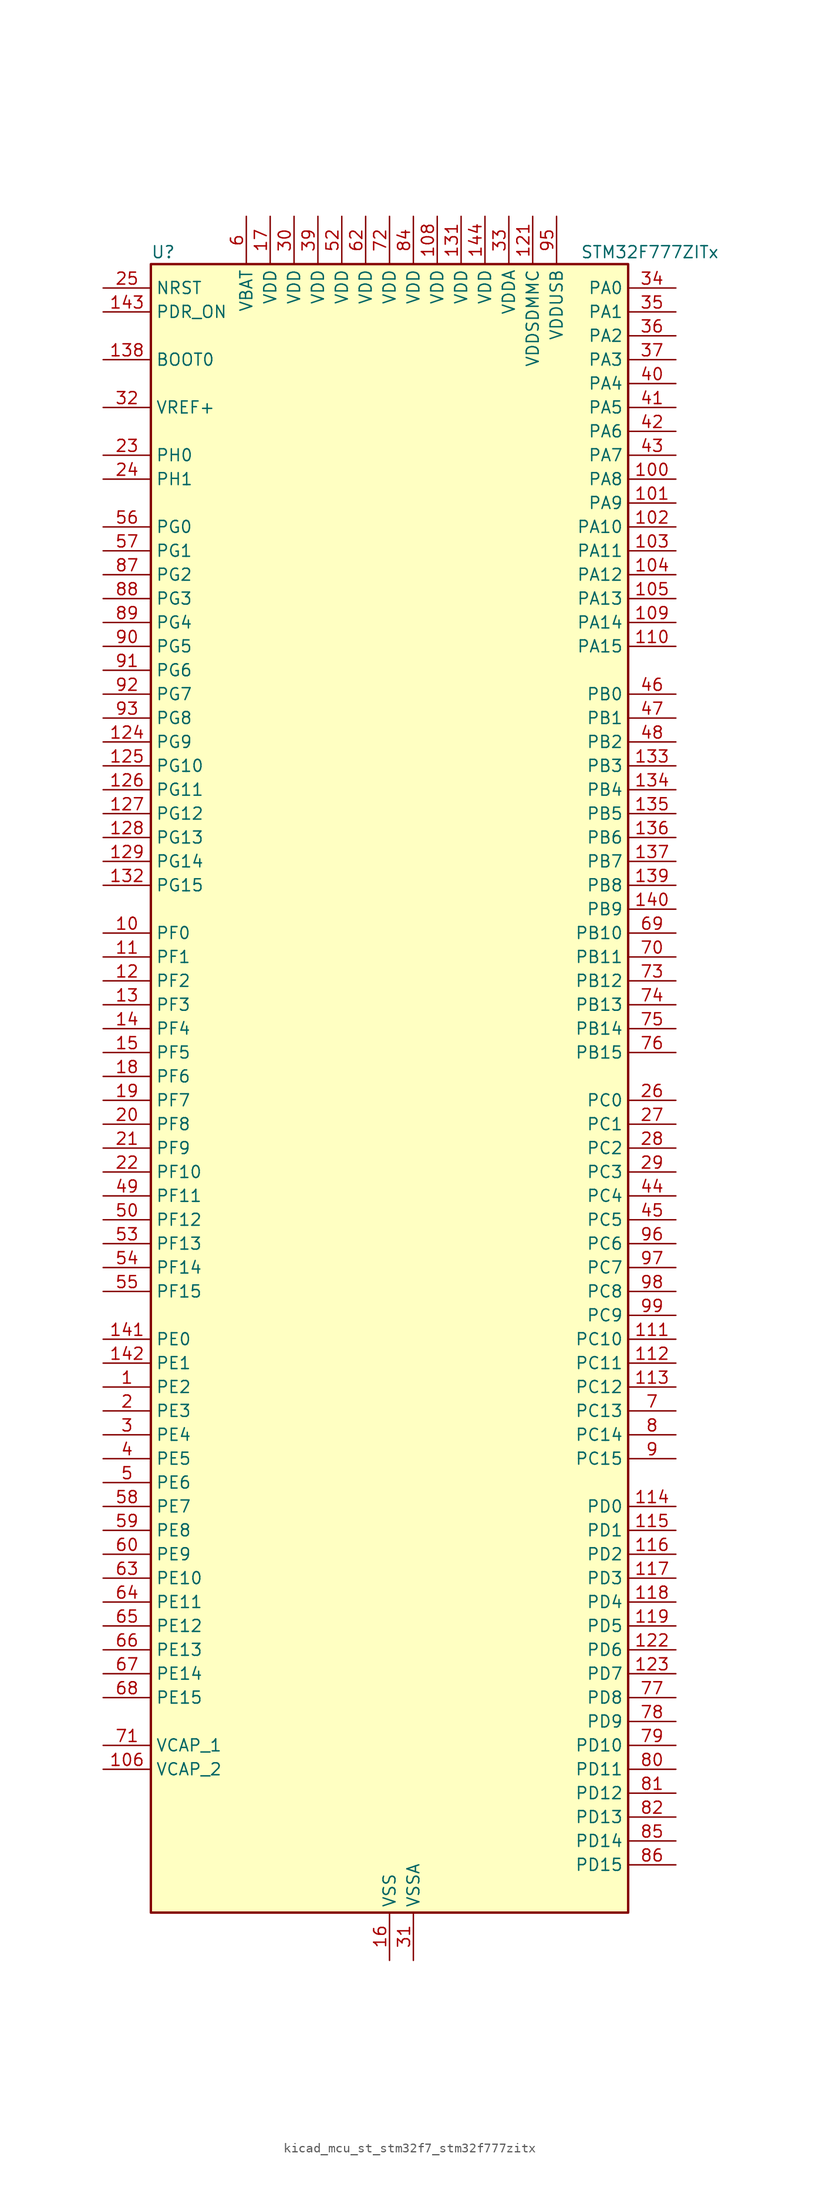
<source format=kicad_sym>
(kicad_symbol_lib
  (version 20220914)
  (generator kicad_symbol_editor)
  (symbol "kicad_mcu_st_stm32f7_stm32f777zitx"
    (property "Reference" "U"
      (at -25.4 90.17 0)
      (effects (font (size 1.27 1.27)) (justify left)))
    (property "Value" "STM32F777ZITx"
      (at 20.32 90.17 0)
      (effects (font (size 1.27 1.27)) (justify left)))
    (property "ki_locked" ""
      (at 0 0 0)
      (effects (font (size 1.27 1.27))))
    (symbol "kicad_mcu_st_stm32f7_stm32f777zitx_0_1"
      (rectangle (start -25.4 -86.36) (end 25.4 88.9) (stroke (width 0.254) (type default)) (fill (type background))))
    (symbol "kicad_mcu_st_stm32f7_stm32f777zitx_1_1"
      (pin bidirectional line (at -30.48 -30.48 0) (length 5.08) (name "PE2" (effects (font (size 1.27 1.27)))) (number "1" (effects (font (size 1.27 1.27)))) (alternate "ETH_TXD3" bidirectional line) (alternate "FMC_A23" bidirectional line) (alternate "QUADSPI_BK1_IO2" bidirectional line) (alternate "SAI1_MCLK_A" bidirectional line) (alternate "SPI4_SCK" bidirectional line) (alternate "SYS_TRACECLK" bidirectional line))
      (pin bidirectional line (at -30.48 17.78 0) (length 5.08) (name "PF0" (effects (font (size 1.27 1.27)))) (number "10" (effects (font (size 1.27 1.27)))) (alternate "FMC_A0" bidirectional line) (alternate "I2C2_SDA" bidirectional line))
      (pin bidirectional line (at 30.48 66.04 180) (length 5.08) (name "PA8" (effects (font (size 1.27 1.27)))) (number "100" (effects (font (size 1.27 1.27)))) (alternate "CAN3_RX" bidirectional line) (alternate "I2C3_SCL" bidirectional line) (alternate "LTDC_B3" bidirectional line) (alternate "LTDC_R6" bidirectional line) (alternate "RCC_MCO_1" bidirectional line) (alternate "TIM1_CH1" bidirectional line) (alternate "TIM8_BKIN2" bidirectional line) (alternate "UART7_RX" bidirectional line) (alternate "USART1_CK" bidirectional line) (alternate "USB_OTG_FS_SOF" bidirectional line))
      (pin bidirectional line (at 30.48 63.5 180) (length 5.08) (name "PA9" (effects (font (size 1.27 1.27)))) (number "101" (effects (font (size 1.27 1.27)))) (alternate "DAC_EXTI9" bidirectional line) (alternate "DCMI_D0" bidirectional line) (alternate "I2C3_SMBA" bidirectional line) (alternate "I2S2_CK" bidirectional line) (alternate "LTDC_R5" bidirectional line) (alternate "SPI2_SCK" bidirectional line) (alternate "TIM1_CH2" bidirectional line) (alternate "USART1_TX" bidirectional line) (alternate "USB_OTG_FS_VBUS" bidirectional line))
      (pin bidirectional line (at 30.48 60.96 180) (length 5.08) (name "PA10" (effects (font (size 1.27 1.27)))) (number "102" (effects (font (size 1.27 1.27)))) (alternate "DCMI_D1" bidirectional line) (alternate "LTDC_B1" bidirectional line) (alternate "LTDC_B4" bidirectional line) (alternate "MDIOS_MDIO" bidirectional line) (alternate "TIM1_CH3" bidirectional line) (alternate "USART1_RX" bidirectional line) (alternate "USB_OTG_FS_ID" bidirectional line))
      (pin bidirectional line (at 30.48 58.42 180) (length 5.08) (name "PA11" (effects (font (size 1.27 1.27)))) (number "103" (effects (font (size 1.27 1.27)))) (alternate "ADC1_EXTI11" bidirectional line) (alternate "ADC2_EXTI11" bidirectional line) (alternate "ADC3_EXTI11" bidirectional line) (alternate "CAN1_RX" bidirectional line) (alternate "I2S2_WS" bidirectional line) (alternate "LTDC_R4" bidirectional line) (alternate "SPI2_NSS" bidirectional line) (alternate "TIM1_CH4" bidirectional line) (alternate "UART4_RX" bidirectional line) (alternate "USART1_CTS" bidirectional line) (alternate "USB_OTG_FS_DM" bidirectional line))
      (pin bidirectional line (at 30.48 55.88 180) (length 5.08) (name "PA12" (effects (font (size 1.27 1.27)))) (number "104" (effects (font (size 1.27 1.27)))) (alternate "CAN1_TX" bidirectional line) (alternate "I2S2_CK" bidirectional line) (alternate "LTDC_R5" bidirectional line) (alternate "SAI2_FS_B" bidirectional line) (alternate "SPI2_SCK" bidirectional line) (alternate "TIM1_ETR" bidirectional line) (alternate "UART4_TX" bidirectional line) (alternate "USART1_DE" bidirectional line) (alternate "USART1_RTS" bidirectional line) (alternate "USB_OTG_FS_DP" bidirectional line))
      (pin bidirectional line (at 30.48 53.34 180) (length 5.08) (name "PA13" (effects (font (size 1.27 1.27)))) (number "105" (effects (font (size 1.27 1.27)))) (alternate "SYS_JTMS-SWDIO" bidirectional line))
      (pin power_out line (at -30.48 -71.12 0) (length 5.08) (name "VCAP_2" (effects (font (size 1.27 1.27)))) (number "106" (effects (font (size 1.27 1.27)))))
      (pin passive line (at 0 -91.44 90) (length 5.08) hide (name "VSS" (effects (font (size 1.27 1.27)))) (number "107" (effects (font (size 1.27 1.27)))))
      (pin power_in line (at 5.08 93.98 270) (length 5.08) (name "VDD" (effects (font (size 1.27 1.27)))) (number "108" (effects (font (size 1.27 1.27)))))
      (pin bidirectional line (at 30.48 50.8 180) (length 5.08) (name "PA14" (effects (font (size 1.27 1.27)))) (number "109" (effects (font (size 1.27 1.27)))) (alternate "SYS_JTCK-SWCLK" bidirectional line))
      (pin bidirectional line (at -30.48 15.24 0) (length 5.08) (name "PF1" (effects (font (size 1.27 1.27)))) (number "11" (effects (font (size 1.27 1.27)))) (alternate "FMC_A1" bidirectional line) (alternate "I2C2_SCL" bidirectional line))
      (pin bidirectional line (at 30.48 48.26 180) (length 5.08) (name "PA15" (effects (font (size 1.27 1.27)))) (number "110" (effects (font (size 1.27 1.27)))) (alternate "CAN3_TX" bidirectional line) (alternate "CEC" bidirectional line) (alternate "I2S1_WS" bidirectional line) (alternate "I2S3_WS" bidirectional line) (alternate "SPI1_NSS" bidirectional line) (alternate "SPI3_NSS" bidirectional line) (alternate "SPI6_NSS" bidirectional line) (alternate "SYS_JTDI" bidirectional line) (alternate "TIM2_CH1" bidirectional line) (alternate "TIM2_ETR" bidirectional line) (alternate "UART4_DE" bidirectional line) (alternate "UART4_RTS" bidirectional line) (alternate "UART7_TX" bidirectional line))
      (pin bidirectional line (at 30.48 -25.4 180) (length 5.08) (name "PC10" (effects (font (size 1.27 1.27)))) (number "111" (effects (font (size 1.27 1.27)))) (alternate "DCMI_D8" bidirectional line) (alternate "DFSDM1_CKIN5" bidirectional line) (alternate "I2S3_CK" bidirectional line) (alternate "LTDC_R2" bidirectional line) (alternate "QUADSPI_BK1_IO1" bidirectional line) (alternate "SDMMC1_D2" bidirectional line) (alternate "SPI3_SCK" bidirectional line) (alternate "UART4_TX" bidirectional line) (alternate "USART3_TX" bidirectional line))
      (pin bidirectional line (at 30.48 -27.94 180) (length 5.08) (name "PC11" (effects (font (size 1.27 1.27)))) (number "112" (effects (font (size 1.27 1.27)))) (alternate "ADC1_EXTI11" bidirectional line) (alternate "ADC2_EXTI11" bidirectional line) (alternate "ADC3_EXTI11" bidirectional line) (alternate "DCMI_D4" bidirectional line) (alternate "DFSDM1_DATIN5" bidirectional line) (alternate "QUADSPI_BK2_NCS" bidirectional line) (alternate "SDMMC1_D3" bidirectional line) (alternate "SPI3_MISO" bidirectional line) (alternate "UART4_RX" bidirectional line) (alternate "USART3_RX" bidirectional line))
      (pin bidirectional line (at 30.48 -30.48 180) (length 5.08) (name "PC12" (effects (font (size 1.27 1.27)))) (number "113" (effects (font (size 1.27 1.27)))) (alternate "DCMI_D9" bidirectional line) (alternate "I2S3_SD" bidirectional line) (alternate "SDMMC1_CK" bidirectional line) (alternate "SPI3_MOSI" bidirectional line) (alternate "SYS_TRACED3" bidirectional line) (alternate "UART5_TX" bidirectional line) (alternate "USART3_CK" bidirectional line))
      (pin bidirectional line (at 30.48 -43.18 180) (length 5.08) (name "PD0" (effects (font (size 1.27 1.27)))) (number "114" (effects (font (size 1.27 1.27)))) (alternate "CAN1_RX" bidirectional line) (alternate "DFSDM1_CKIN6" bidirectional line) (alternate "DFSDM1_DATIN7" bidirectional line) (alternate "FMC_D2" bidirectional line) (alternate "FMC_DA2" bidirectional line) (alternate "UART4_RX" bidirectional line))
      (pin bidirectional line (at 30.48 -45.72 180) (length 5.08) (name "PD1" (effects (font (size 1.27 1.27)))) (number "115" (effects (font (size 1.27 1.27)))) (alternate "CAN1_TX" bidirectional line) (alternate "DFSDM1_CKIN7" bidirectional line) (alternate "DFSDM1_DATIN6" bidirectional line) (alternate "FMC_D3" bidirectional line) (alternate "FMC_DA3" bidirectional line) (alternate "UART4_TX" bidirectional line))
      (pin bidirectional line (at 30.48 -48.26 180) (length 5.08) (name "PD2" (effects (font (size 1.27 1.27)))) (number "116" (effects (font (size 1.27 1.27)))) (alternate "DCMI_D11" bidirectional line) (alternate "SDMMC1_CMD" bidirectional line) (alternate "SYS_TRACED2" bidirectional line) (alternate "TIM3_ETR" bidirectional line) (alternate "UART5_RX" bidirectional line))
      (pin bidirectional line (at 30.48 -50.8 180) (length 5.08) (name "PD3" (effects (font (size 1.27 1.27)))) (number "117" (effects (font (size 1.27 1.27)))) (alternate "DCMI_D5" bidirectional line) (alternate "DFSDM1_CKOUT" bidirectional line) (alternate "DFSDM1_DATIN0" bidirectional line) (alternate "FMC_CLK" bidirectional line) (alternate "I2S2_CK" bidirectional line) (alternate "LTDC_G7" bidirectional line) (alternate "SPI2_SCK" bidirectional line) (alternate "USART2_CTS" bidirectional line))
      (pin bidirectional line (at 30.48 -53.34 180) (length 5.08) (name "PD4" (effects (font (size 1.27 1.27)))) (number "118" (effects (font (size 1.27 1.27)))) (alternate "DFSDM1_CKIN0" bidirectional line) (alternate "FMC_NOE" bidirectional line) (alternate "USART2_DE" bidirectional line) (alternate "USART2_RTS" bidirectional line))
      (pin bidirectional line (at 30.48 -55.88 180) (length 5.08) (name "PD5" (effects (font (size 1.27 1.27)))) (number "119" (effects (font (size 1.27 1.27)))) (alternate "FMC_NWE" bidirectional line) (alternate "USART2_TX" bidirectional line))
      (pin bidirectional line (at -30.48 12.7 0) (length 5.08) (name "PF2" (effects (font (size 1.27 1.27)))) (number "12" (effects (font (size 1.27 1.27)))) (alternate "FMC_A2" bidirectional line) (alternate "I2C2_SMBA" bidirectional line))
      (pin passive line (at 0 -91.44 90) (length 5.08) hide (name "VSS" (effects (font (size 1.27 1.27)))) (number "120" (effects (font (size 1.27 1.27)))))
      (pin power_in line (at 15.24 93.98 270) (length 5.08) (name "VDDSDMMC" (effects (font (size 1.27 1.27)))) (number "121" (effects (font (size 1.27 1.27)))))
      (pin bidirectional line (at 30.48 -58.42 180) (length 5.08) (name "PD6" (effects (font (size 1.27 1.27)))) (number "122" (effects (font (size 1.27 1.27)))) (alternate "DCMI_D10" bidirectional line) (alternate "DFSDM1_CKIN4" bidirectional line) (alternate "DFSDM1_DATIN1" bidirectional line) (alternate "FMC_NWAIT" bidirectional line) (alternate "I2S3_SD" bidirectional line) (alternate "LTDC_B2" bidirectional line) (alternate "SAI1_SD_A" bidirectional line) (alternate "SDMMC2_CK" bidirectional line) (alternate "SPI3_MOSI" bidirectional line) (alternate "USART2_RX" bidirectional line))
      (pin bidirectional line (at 30.48 -60.96 180) (length 5.08) (name "PD7" (effects (font (size 1.27 1.27)))) (number "123" (effects (font (size 1.27 1.27)))) (alternate "DFSDM1_CKIN1" bidirectional line) (alternate "DFSDM1_DATIN4" bidirectional line) (alternate "FMC_NE1" bidirectional line) (alternate "I2S1_SD" bidirectional line) (alternate "SDMMC2_CMD" bidirectional line) (alternate "SPDIFRX_IN0" bidirectional line) (alternate "SPI1_MOSI" bidirectional line) (alternate "USART2_CK" bidirectional line))
      (pin bidirectional line (at -30.48 38.1 0) (length 5.08) (name "PG9" (effects (font (size 1.27 1.27)))) (number "124" (effects (font (size 1.27 1.27)))) (alternate "DAC_EXTI9" bidirectional line) (alternate "DCMI_VSYNC" bidirectional line) (alternate "FMC_NCE" bidirectional line) (alternate "FMC_NE2" bidirectional line) (alternate "QUADSPI_BK2_IO2" bidirectional line) (alternate "SAI2_FS_B" bidirectional line) (alternate "SDMMC2_D0" bidirectional line) (alternate "SPDIFRX_IN3" bidirectional line) (alternate "SPI1_MISO" bidirectional line) (alternate "USART6_RX" bidirectional line))
      (pin bidirectional line (at -30.48 35.56 0) (length 5.08) (name "PG10" (effects (font (size 1.27 1.27)))) (number "125" (effects (font (size 1.27 1.27)))) (alternate "DCMI_D2" bidirectional line) (alternate "FMC_NE3" bidirectional line) (alternate "I2S1_WS" bidirectional line) (alternate "LTDC_B2" bidirectional line) (alternate "LTDC_G3" bidirectional line) (alternate "SAI2_SD_B" bidirectional line) (alternate "SDMMC2_D1" bidirectional line) (alternate "SPI1_NSS" bidirectional line))
      (pin bidirectional line (at -30.48 33.02 0) (length 5.08) (name "PG11" (effects (font (size 1.27 1.27)))) (number "126" (effects (font (size 1.27 1.27)))) (alternate "ADC1_EXTI11" bidirectional line) (alternate "ADC2_EXTI11" bidirectional line) (alternate "ADC3_EXTI11" bidirectional line) (alternate "DCMI_D3" bidirectional line) (alternate "ETH_TX_EN" bidirectional line) (alternate "I2S1_CK" bidirectional line) (alternate "LTDC_B3" bidirectional line) (alternate "SDMMC2_D2" bidirectional line) (alternate "SPDIFRX_IN0" bidirectional line) (alternate "SPI1_SCK" bidirectional line))
      (pin bidirectional line (at -30.48 30.48 0) (length 5.08) (name "PG12" (effects (font (size 1.27 1.27)))) (number "127" (effects (font (size 1.27 1.27)))) (alternate "FMC_NE4" bidirectional line) (alternate "LPTIM1_IN1" bidirectional line) (alternate "LTDC_B1" bidirectional line) (alternate "LTDC_B4" bidirectional line) (alternate "SDMMC2_D3" bidirectional line) (alternate "SPDIFRX_IN1" bidirectional line) (alternate "SPI6_MISO" bidirectional line) (alternate "USART6_DE" bidirectional line) (alternate "USART6_RTS" bidirectional line))
      (pin bidirectional line (at -30.48 27.94 0) (length 5.08) (name "PG13" (effects (font (size 1.27 1.27)))) (number "128" (effects (font (size 1.27 1.27)))) (alternate "ETH_TXD0" bidirectional line) (alternate "FMC_A24" bidirectional line) (alternate "LPTIM1_OUT" bidirectional line) (alternate "LTDC_R0" bidirectional line) (alternate "SPI6_SCK" bidirectional line) (alternate "SYS_TRACED0" bidirectional line) (alternate "USART6_CTS" bidirectional line))
      (pin bidirectional line (at -30.48 25.4 0) (length 5.08) (name "PG14" (effects (font (size 1.27 1.27)))) (number "129" (effects (font (size 1.27 1.27)))) (alternate "ETH_TXD1" bidirectional line) (alternate "FMC_A25" bidirectional line) (alternate "LPTIM1_ETR" bidirectional line) (alternate "LTDC_B0" bidirectional line) (alternate "QUADSPI_BK2_IO3" bidirectional line) (alternate "SPI6_MOSI" bidirectional line) (alternate "SYS_TRACED1" bidirectional line) (alternate "USART6_TX" bidirectional line))
      (pin bidirectional line (at -30.48 10.16 0) (length 5.08) (name "PF3" (effects (font (size 1.27 1.27)))) (number "13" (effects (font (size 1.27 1.27)))) (alternate "ADC3_IN9" bidirectional line) (alternate "FMC_A3" bidirectional line))
      (pin passive line (at 0 -91.44 90) (length 5.08) hide (name "VSS" (effects (font (size 1.27 1.27)))) (number "130" (effects (font (size 1.27 1.27)))))
      (pin power_in line (at 7.62 93.98 270) (length 5.08) (name "VDD" (effects (font (size 1.27 1.27)))) (number "131" (effects (font (size 1.27 1.27)))))
      (pin bidirectional line (at -30.48 22.86 0) (length 5.08) (name "PG15" (effects (font (size 1.27 1.27)))) (number "132" (effects (font (size 1.27 1.27)))) (alternate "DCMI_D13" bidirectional line) (alternate "FMC_SDNCAS" bidirectional line) (alternate "USART6_CTS" bidirectional line))
      (pin bidirectional line (at 30.48 35.56 180) (length 5.08) (name "PB3" (effects (font (size 1.27 1.27)))) (number "133" (effects (font (size 1.27 1.27)))) (alternate "CAN3_RX" bidirectional line) (alternate "I2S1_CK" bidirectional line) (alternate "I2S3_CK" bidirectional line) (alternate "SDMMC2_D2" bidirectional line) (alternate "SPI1_SCK" bidirectional line) (alternate "SPI3_SCK" bidirectional line) (alternate "SPI6_SCK" bidirectional line) (alternate "SYS_JTDO-SWO" bidirectional line) (alternate "TIM2_CH2" bidirectional line) (alternate "UART7_RX" bidirectional line))
      (pin bidirectional line (at 30.48 33.02 180) (length 5.08) (name "PB4" (effects (font (size 1.27 1.27)))) (number "134" (effects (font (size 1.27 1.27)))) (alternate "CAN3_TX" bidirectional line) (alternate "I2S2_WS" bidirectional line) (alternate "SDMMC2_D3" bidirectional line) (alternate "SPI1_MISO" bidirectional line) (alternate "SPI2_NSS" bidirectional line) (alternate "SPI3_MISO" bidirectional line) (alternate "SPI6_MISO" bidirectional line) (alternate "SYS_JTRST" bidirectional line) (alternate "TIM3_CH1" bidirectional line) (alternate "UART7_TX" bidirectional line))
      (pin bidirectional line (at 30.48 30.48 180) (length 5.08) (name "PB5" (effects (font (size 1.27 1.27)))) (number "135" (effects (font (size 1.27 1.27)))) (alternate "CAN2_RX" bidirectional line) (alternate "DCMI_D10" bidirectional line) (alternate "ETH_PPS_OUT" bidirectional line) (alternate "FMC_SDCKE1" bidirectional line) (alternate "I2C1_SMBA" bidirectional line) (alternate "I2S1_SD" bidirectional line) (alternate "I2S3_SD" bidirectional line) (alternate "LTDC_G7" bidirectional line) (alternate "SPI1_MOSI" bidirectional line) (alternate "SPI3_MOSI" bidirectional line) (alternate "SPI6_MOSI" bidirectional line) (alternate "TIM3_CH2" bidirectional line) (alternate "UART5_RX" bidirectional line) (alternate "USB_OTG_HS_ULPI_D7" bidirectional line))
      (pin bidirectional line (at 30.48 27.94 180) (length 5.08) (name "PB6" (effects (font (size 1.27 1.27)))) (number "136" (effects (font (size 1.27 1.27)))) (alternate "CAN2_TX" bidirectional line) (alternate "CEC" bidirectional line) (alternate "DCMI_D5" bidirectional line) (alternate "DFSDM1_DATIN5" bidirectional line) (alternate "FMC_SDNE1" bidirectional line) (alternate "I2C1_SCL" bidirectional line) (alternate "I2C4_SCL" bidirectional line) (alternate "QUADSPI_BK1_NCS" bidirectional line) (alternate "TIM4_CH1" bidirectional line) (alternate "UART5_TX" bidirectional line) (alternate "USART1_TX" bidirectional line))
      (pin bidirectional line (at 30.48 25.4 180) (length 5.08) (name "PB7" (effects (font (size 1.27 1.27)))) (number "137" (effects (font (size 1.27 1.27)))) (alternate "DCMI_VSYNC" bidirectional line) (alternate "DFSDM1_CKIN5" bidirectional line) (alternate "FMC_NL" bidirectional line) (alternate "I2C1_SDA" bidirectional line) (alternate "I2C4_SDA" bidirectional line) (alternate "TIM4_CH2" bidirectional line) (alternate "USART1_RX" bidirectional line))
      (pin input line (at -30.48 78.74 0) (length 5.08) (name "BOOT0" (effects (font (size 1.27 1.27)))) (number "138" (effects (font (size 1.27 1.27)))))
      (pin bidirectional line (at 30.48 22.86 180) (length 5.08) (name "PB8" (effects (font (size 1.27 1.27)))) (number "139" (effects (font (size 1.27 1.27)))) (alternate "CAN1_RX" bidirectional line) (alternate "DCMI_D6" bidirectional line) (alternate "DFSDM1_CKIN7" bidirectional line) (alternate "ETH_TXD3" bidirectional line) (alternate "I2C1_SCL" bidirectional line) (alternate "I2C4_SCL" bidirectional line) (alternate "LTDC_B6" bidirectional line) (alternate "SDMMC1_D4" bidirectional line) (alternate "SDMMC2_D4" bidirectional line) (alternate "TIM10_CH1" bidirectional line) (alternate "TIM4_CH3" bidirectional line) (alternate "UART5_RX" bidirectional line))
      (pin bidirectional line (at -30.48 7.62 0) (length 5.08) (name "PF4" (effects (font (size 1.27 1.27)))) (number "14" (effects (font (size 1.27 1.27)))) (alternate "ADC3_IN14" bidirectional line) (alternate "FMC_A4" bidirectional line))
      (pin bidirectional line (at 30.48 20.32 180) (length 5.08) (name "PB9" (effects (font (size 1.27 1.27)))) (number "140" (effects (font (size 1.27 1.27)))) (alternate "CAN1_TX" bidirectional line) (alternate "DAC_EXTI9" bidirectional line) (alternate "DCMI_D7" bidirectional line) (alternate "DFSDM1_DATIN7" bidirectional line) (alternate "I2C1_SDA" bidirectional line) (alternate "I2C4_SDA" bidirectional line) (alternate "I2C4_SMBA" bidirectional line) (alternate "I2S2_WS" bidirectional line) (alternate "LTDC_B7" bidirectional line) (alternate "SDMMC1_D5" bidirectional line) (alternate "SDMMC2_D5" bidirectional line) (alternate "SPI2_NSS" bidirectional line) (alternate "TIM11_CH1" bidirectional line) (alternate "TIM4_CH4" bidirectional line) (alternate "UART5_TX" bidirectional line))
      (pin bidirectional line (at -30.48 -25.4 0) (length 5.08) (name "PE0" (effects (font (size 1.27 1.27)))) (number "141" (effects (font (size 1.27 1.27)))) (alternate "DCMI_D2" bidirectional line) (alternate "FMC_NBL0" bidirectional line) (alternate "LPTIM1_ETR" bidirectional line) (alternate "SAI2_MCLK_A" bidirectional line) (alternate "TIM4_ETR" bidirectional line) (alternate "UART8_RX" bidirectional line))
      (pin bidirectional line (at -30.48 -27.94 0) (length 5.08) (name "PE1" (effects (font (size 1.27 1.27)))) (number "142" (effects (font (size 1.27 1.27)))) (alternate "DCMI_D3" bidirectional line) (alternate "FMC_NBL1" bidirectional line) (alternate "LPTIM1_IN2" bidirectional line) (alternate "UART8_TX" bidirectional line))
      (pin input line (at -30.48 83.82 0) (length 5.08) (name "PDR_ON" (effects (font (size 1.27 1.27)))) (number "143" (effects (font (size 1.27 1.27)))))
      (pin power_in line (at 10.16 93.98 270) (length 5.08) (name "VDD" (effects (font (size 1.27 1.27)))) (number "144" (effects (font (size 1.27 1.27)))))
      (pin bidirectional line (at -30.48 5.08 0) (length 5.08) (name "PF5" (effects (font (size 1.27 1.27)))) (number "15" (effects (font (size 1.27 1.27)))) (alternate "ADC3_IN15" bidirectional line) (alternate "FMC_A5" bidirectional line))
      (pin power_in line (at 0 -91.44 90) (length 5.08) (name "VSS" (effects (font (size 1.27 1.27)))) (number "16" (effects (font (size 1.27 1.27)))))
      (pin power_in line (at -12.7 93.98 270) (length 5.08) (name "VDD" (effects (font (size 1.27 1.27)))) (number "17" (effects (font (size 1.27 1.27)))))
      (pin bidirectional line (at -30.48 2.54 0) (length 5.08) (name "PF6" (effects (font (size 1.27 1.27)))) (number "18" (effects (font (size 1.27 1.27)))) (alternate "ADC3_IN4" bidirectional line) (alternate "QUADSPI_BK1_IO3" bidirectional line) (alternate "SAI1_SD_B" bidirectional line) (alternate "SPI5_NSS" bidirectional line) (alternate "TIM10_CH1" bidirectional line) (alternate "UART7_RX" bidirectional line))
      (pin bidirectional line (at -30.48 0 0) (length 5.08) (name "PF7" (effects (font (size 1.27 1.27)))) (number "19" (effects (font (size 1.27 1.27)))) (alternate "ADC3_IN5" bidirectional line) (alternate "QUADSPI_BK1_IO2" bidirectional line) (alternate "SAI1_MCLK_B" bidirectional line) (alternate "SPI5_SCK" bidirectional line) (alternate "TIM11_CH1" bidirectional line) (alternate "UART7_TX" bidirectional line))
      (pin bidirectional line (at -30.48 -33.02 0) (length 5.08) (name "PE3" (effects (font (size 1.27 1.27)))) (number "2" (effects (font (size 1.27 1.27)))) (alternate "FMC_A19" bidirectional line) (alternate "SAI1_SD_B" bidirectional line) (alternate "SYS_TRACED0" bidirectional line))
      (pin bidirectional line (at -30.48 -2.54 0) (length 5.08) (name "PF8" (effects (font (size 1.27 1.27)))) (number "20" (effects (font (size 1.27 1.27)))) (alternate "ADC3_IN6" bidirectional line) (alternate "QUADSPI_BK1_IO0" bidirectional line) (alternate "SAI1_SCK_B" bidirectional line) (alternate "SPI5_MISO" bidirectional line) (alternate "TIM13_CH1" bidirectional line) (alternate "UART7_DE" bidirectional line) (alternate "UART7_RTS" bidirectional line))
      (pin bidirectional line (at -30.48 -5.08 0) (length 5.08) (name "PF9" (effects (font (size 1.27 1.27)))) (number "21" (effects (font (size 1.27 1.27)))) (alternate "ADC3_IN7" bidirectional line) (alternate "DAC_EXTI9" bidirectional line) (alternate "QUADSPI_BK1_IO1" bidirectional line) (alternate "SAI1_FS_B" bidirectional line) (alternate "SPI5_MOSI" bidirectional line) (alternate "TIM14_CH1" bidirectional line) (alternate "UART7_CTS" bidirectional line))
      (pin bidirectional line (at -30.48 -7.62 0) (length 5.08) (name "PF10" (effects (font (size 1.27 1.27)))) (number "22" (effects (font (size 1.27 1.27)))) (alternate "ADC3_IN8" bidirectional line) (alternate "DCMI_D11" bidirectional line) (alternate "LTDC_DE" bidirectional line) (alternate "QUADSPI_CLK" bidirectional line))
      (pin bidirectional line (at -30.48 68.58 0) (length 5.08) (name "PH0" (effects (font (size 1.27 1.27)))) (number "23" (effects (font (size 1.27 1.27)))) (alternate "RCC_OSC_IN" bidirectional line))
      (pin bidirectional line (at -30.48 66.04 0) (length 5.08) (name "PH1" (effects (font (size 1.27 1.27)))) (number "24" (effects (font (size 1.27 1.27)))) (alternate "RCC_OSC_OUT" bidirectional line))
      (pin input line (at -30.48 86.36 0) (length 5.08) (name "NRST" (effects (font (size 1.27 1.27)))) (number "25" (effects (font (size 1.27 1.27)))))
      (pin bidirectional line (at 30.48 0 180) (length 5.08) (name "PC0" (effects (font (size 1.27 1.27)))) (number "26" (effects (font (size 1.27 1.27)))) (alternate "ADC1_IN10" bidirectional line) (alternate "ADC2_IN10" bidirectional line) (alternate "ADC3_IN10" bidirectional line) (alternate "DFSDM1_CKIN0" bidirectional line) (alternate "DFSDM1_DATIN4" bidirectional line) (alternate "FMC_SDNWE" bidirectional line) (alternate "LTDC_R5" bidirectional line) (alternate "SAI2_FS_B" bidirectional line) (alternate "USB_OTG_HS_ULPI_STP" bidirectional line))
      (pin bidirectional line (at 30.48 -2.54 180) (length 5.08) (name "PC1" (effects (font (size 1.27 1.27)))) (number "27" (effects (font (size 1.27 1.27)))) (alternate "ADC1_IN11" bidirectional line) (alternate "ADC2_IN11" bidirectional line) (alternate "ADC3_IN11" bidirectional line) (alternate "DFSDM1_CKIN4" bidirectional line) (alternate "DFSDM1_DATIN0" bidirectional line) (alternate "ETH_MDC" bidirectional line) (alternate "I2S2_SD" bidirectional line) (alternate "MDIOS_MDC" bidirectional line) (alternate "RTC_TAMP3" bidirectional line) (alternate "RTC_TS" bidirectional line) (alternate "SAI1_SD_A" bidirectional line) (alternate "SPI2_MOSI" bidirectional line) (alternate "SYS_TRACED0" bidirectional line) (alternate "SYS_WKUP3" bidirectional line))
      (pin bidirectional line (at 30.48 -5.08 180) (length 5.08) (name "PC2" (effects (font (size 1.27 1.27)))) (number "28" (effects (font (size 1.27 1.27)))) (alternate "ADC1_IN12" bidirectional line) (alternate "ADC2_IN12" bidirectional line) (alternate "ADC3_IN12" bidirectional line) (alternate "DFSDM1_CKIN1" bidirectional line) (alternate "DFSDM1_CKOUT" bidirectional line) (alternate "ETH_TXD2" bidirectional line) (alternate "FMC_SDNE0" bidirectional line) (alternate "SPI2_MISO" bidirectional line) (alternate "USB_OTG_HS_ULPI_DIR" bidirectional line))
      (pin bidirectional line (at 30.48 -7.62 180) (length 5.08) (name "PC3" (effects (font (size 1.27 1.27)))) (number "29" (effects (font (size 1.27 1.27)))) (alternate "ADC1_IN13" bidirectional line) (alternate "ADC2_IN13" bidirectional line) (alternate "ADC3_IN13" bidirectional line) (alternate "DFSDM1_DATIN1" bidirectional line) (alternate "ETH_TX_CLK" bidirectional line) (alternate "FMC_SDCKE0" bidirectional line) (alternate "I2S2_SD" bidirectional line) (alternate "SPI2_MOSI" bidirectional line) (alternate "USB_OTG_HS_ULPI_NXT" bidirectional line))
      (pin bidirectional line (at -30.48 -35.56 0) (length 5.08) (name "PE4" (effects (font (size 1.27 1.27)))) (number "3" (effects (font (size 1.27 1.27)))) (alternate "DCMI_D4" bidirectional line) (alternate "DFSDM1_DATIN3" bidirectional line) (alternate "FMC_A20" bidirectional line) (alternate "LTDC_B0" bidirectional line) (alternate "SAI1_FS_A" bidirectional line) (alternate "SPI4_NSS" bidirectional line) (alternate "SYS_TRACED1" bidirectional line))
      (pin power_in line (at -10.16 93.98 270) (length 5.08) (name "VDD" (effects (font (size 1.27 1.27)))) (number "30" (effects (font (size 1.27 1.27)))))
      (pin power_in line (at 2.54 -91.44 90) (length 5.08) (name "VSSA" (effects (font (size 1.27 1.27)))) (number "31" (effects (font (size 1.27 1.27)))))
      (pin input line (at -30.48 73.66 0) (length 5.08) (name "VREF+" (effects (font (size 1.27 1.27)))) (number "32" (effects (font (size 1.27 1.27)))))
      (pin power_in line (at 12.7 93.98 270) (length 5.08) (name "VDDA" (effects (font (size 1.27 1.27)))) (number "33" (effects (font (size 1.27 1.27)))))
      (pin bidirectional line (at 30.48 86.36 180) (length 5.08) (name "PA0" (effects (font (size 1.27 1.27)))) (number "34" (effects (font (size 1.27 1.27)))) (alternate "ADC1_IN0" bidirectional line) (alternate "ADC2_IN0" bidirectional line) (alternate "ADC3_IN0" bidirectional line) (alternate "ETH_CRS" bidirectional line) (alternate "SAI2_SD_B" bidirectional line) (alternate "SYS_WKUP1" bidirectional line) (alternate "TIM2_CH1" bidirectional line) (alternate "TIM2_ETR" bidirectional line) (alternate "TIM5_CH1" bidirectional line) (alternate "TIM8_ETR" bidirectional line) (alternate "UART4_TX" bidirectional line) (alternate "USART2_CTS" bidirectional line))
      (pin bidirectional line (at 30.48 83.82 180) (length 5.08) (name "PA1" (effects (font (size 1.27 1.27)))) (number "35" (effects (font (size 1.27 1.27)))) (alternate "ADC1_IN1" bidirectional line) (alternate "ADC2_IN1" bidirectional line) (alternate "ADC3_IN1" bidirectional line) (alternate "ETH_REF_CLK" bidirectional line) (alternate "ETH_RX_CLK" bidirectional line) (alternate "LTDC_R2" bidirectional line) (alternate "QUADSPI_BK1_IO3" bidirectional line) (alternate "SAI2_MCLK_B" bidirectional line) (alternate "TIM2_CH2" bidirectional line) (alternate "TIM5_CH2" bidirectional line) (alternate "UART4_RX" bidirectional line) (alternate "USART2_DE" bidirectional line) (alternate "USART2_RTS" bidirectional line))
      (pin bidirectional line (at 30.48 81.28 180) (length 5.08) (name "PA2" (effects (font (size 1.27 1.27)))) (number "36" (effects (font (size 1.27 1.27)))) (alternate "ADC1_IN2" bidirectional line) (alternate "ADC2_IN2" bidirectional line) (alternate "ADC3_IN2" bidirectional line) (alternate "ETH_MDIO" bidirectional line) (alternate "LTDC_R1" bidirectional line) (alternate "MDIOS_MDIO" bidirectional line) (alternate "SAI2_SCK_B" bidirectional line) (alternate "SYS_WKUP2" bidirectional line) (alternate "TIM2_CH3" bidirectional line) (alternate "TIM5_CH3" bidirectional line) (alternate "TIM9_CH1" bidirectional line) (alternate "USART2_TX" bidirectional line))
      (pin bidirectional line (at 30.48 78.74 180) (length 5.08) (name "PA3" (effects (font (size 1.27 1.27)))) (number "37" (effects (font (size 1.27 1.27)))) (alternate "ADC1_IN3" bidirectional line) (alternate "ADC2_IN3" bidirectional line) (alternate "ADC3_IN3" bidirectional line) (alternate "ETH_COL" bidirectional line) (alternate "LTDC_B2" bidirectional line) (alternate "LTDC_B5" bidirectional line) (alternate "TIM2_CH4" bidirectional line) (alternate "TIM5_CH4" bidirectional line) (alternate "TIM9_CH2" bidirectional line) (alternate "USART2_RX" bidirectional line) (alternate "USB_OTG_HS_ULPI_D0" bidirectional line))
      (pin passive line (at 0 -91.44 90) (length 5.08) hide (name "VSS" (effects (font (size 1.27 1.27)))) (number "38" (effects (font (size 1.27 1.27)))))
      (pin power_in line (at -7.62 93.98 270) (length 5.08) (name "VDD" (effects (font (size 1.27 1.27)))) (number "39" (effects (font (size 1.27 1.27)))))
      (pin bidirectional line (at -30.48 -38.1 0) (length 5.08) (name "PE5" (effects (font (size 1.27 1.27)))) (number "4" (effects (font (size 1.27 1.27)))) (alternate "DCMI_D6" bidirectional line) (alternate "DFSDM1_CKIN3" bidirectional line) (alternate "FMC_A21" bidirectional line) (alternate "LTDC_G0" bidirectional line) (alternate "SAI1_SCK_A" bidirectional line) (alternate "SPI4_MISO" bidirectional line) (alternate "SYS_TRACED2" bidirectional line) (alternate "TIM9_CH1" bidirectional line))
      (pin bidirectional line (at 30.48 76.2 180) (length 5.08) (name "PA4" (effects (font (size 1.27 1.27)))) (number "40" (effects (font (size 1.27 1.27)))) (alternate "ADC1_IN4" bidirectional line) (alternate "ADC2_IN4" bidirectional line) (alternate "DAC_OUT1" bidirectional line) (alternate "DCMI_HSYNC" bidirectional line) (alternate "I2S1_WS" bidirectional line) (alternate "I2S3_WS" bidirectional line) (alternate "LTDC_VSYNC" bidirectional line) (alternate "SPI1_NSS" bidirectional line) (alternate "SPI3_NSS" bidirectional line) (alternate "SPI6_NSS" bidirectional line) (alternate "USART2_CK" bidirectional line) (alternate "USB_OTG_HS_SOF" bidirectional line))
      (pin bidirectional line (at 30.48 73.66 180) (length 5.08) (name "PA5" (effects (font (size 1.27 1.27)))) (number "41" (effects (font (size 1.27 1.27)))) (alternate "ADC1_IN5" bidirectional line) (alternate "ADC2_IN5" bidirectional line) (alternate "DAC_OUT2" bidirectional line) (alternate "I2S1_CK" bidirectional line) (alternate "LTDC_R4" bidirectional line) (alternate "SPI1_SCK" bidirectional line) (alternate "SPI6_SCK" bidirectional line) (alternate "TIM2_CH1" bidirectional line) (alternate "TIM2_ETR" bidirectional line) (alternate "TIM8_CH1N" bidirectional line) (alternate "USB_OTG_HS_ULPI_CK" bidirectional line))
      (pin bidirectional line (at 30.48 71.12 180) (length 5.08) (name "PA6" (effects (font (size 1.27 1.27)))) (number "42" (effects (font (size 1.27 1.27)))) (alternate "ADC1_IN6" bidirectional line) (alternate "ADC2_IN6" bidirectional line) (alternate "DCMI_PIXCLK" bidirectional line) (alternate "LTDC_G2" bidirectional line) (alternate "MDIOS_MDC" bidirectional line) (alternate "SPI1_MISO" bidirectional line) (alternate "SPI6_MISO" bidirectional line) (alternate "TIM13_CH1" bidirectional line) (alternate "TIM1_BKIN" bidirectional line) (alternate "TIM3_CH1" bidirectional line) (alternate "TIM8_BKIN" bidirectional line))
      (pin bidirectional line (at 30.48 68.58 180) (length 5.08) (name "PA7" (effects (font (size 1.27 1.27)))) (number "43" (effects (font (size 1.27 1.27)))) (alternate "ADC1_IN7" bidirectional line) (alternate "ADC2_IN7" bidirectional line) (alternate "ETH_CRS_DV" bidirectional line) (alternate "ETH_RX_DV" bidirectional line) (alternate "FMC_SDNWE" bidirectional line) (alternate "I2S1_SD" bidirectional line) (alternate "SPI1_MOSI" bidirectional line) (alternate "SPI6_MOSI" bidirectional line) (alternate "TIM14_CH1" bidirectional line) (alternate "TIM1_CH1N" bidirectional line) (alternate "TIM3_CH2" bidirectional line) (alternate "TIM8_CH1N" bidirectional line))
      (pin bidirectional line (at 30.48 -10.16 180) (length 5.08) (name "PC4" (effects (font (size 1.27 1.27)))) (number "44" (effects (font (size 1.27 1.27)))) (alternate "ADC1_IN14" bidirectional line) (alternate "ADC2_IN14" bidirectional line) (alternate "DFSDM1_CKIN2" bidirectional line) (alternate "ETH_RXD0" bidirectional line) (alternate "FMC_SDNE0" bidirectional line) (alternate "I2S1_MCK" bidirectional line) (alternate "SPDIFRX_IN2" bidirectional line))
      (pin bidirectional line (at 30.48 -12.7 180) (length 5.08) (name "PC5" (effects (font (size 1.27 1.27)))) (number "45" (effects (font (size 1.27 1.27)))) (alternate "ADC1_IN15" bidirectional line) (alternate "ADC2_IN15" bidirectional line) (alternate "DFSDM1_DATIN2" bidirectional line) (alternate "ETH_RXD1" bidirectional line) (alternate "FMC_SDCKE0" bidirectional line) (alternate "SPDIFRX_IN3" bidirectional line))
      (pin bidirectional line (at 30.48 43.18 180) (length 5.08) (name "PB0" (effects (font (size 1.27 1.27)))) (number "46" (effects (font (size 1.27 1.27)))) (alternate "ADC1_IN8" bidirectional line) (alternate "ADC2_IN8" bidirectional line) (alternate "DFSDM1_CKOUT" bidirectional line) (alternate "ETH_RXD2" bidirectional line) (alternate "LTDC_G1" bidirectional line) (alternate "LTDC_R3" bidirectional line) (alternate "TIM1_CH2N" bidirectional line) (alternate "TIM3_CH3" bidirectional line) (alternate "TIM8_CH2N" bidirectional line) (alternate "UART4_CTS" bidirectional line) (alternate "USB_OTG_HS_ULPI_D1" bidirectional line))
      (pin bidirectional line (at 30.48 40.64 180) (length 5.08) (name "PB1" (effects (font (size 1.27 1.27)))) (number "47" (effects (font (size 1.27 1.27)))) (alternate "ADC1_IN9" bidirectional line) (alternate "ADC2_IN9" bidirectional line) (alternate "DFSDM1_DATIN1" bidirectional line) (alternate "ETH_RXD3" bidirectional line) (alternate "LTDC_G0" bidirectional line) (alternate "LTDC_R6" bidirectional line) (alternate "TIM1_CH3N" bidirectional line) (alternate "TIM3_CH4" bidirectional line) (alternate "TIM8_CH3N" bidirectional line) (alternate "USB_OTG_HS_ULPI_D2" bidirectional line))
      (pin bidirectional line (at 30.48 38.1 180) (length 5.08) (name "PB2" (effects (font (size 1.27 1.27)))) (number "48" (effects (font (size 1.27 1.27)))) (alternate "DFSDM1_CKIN1" bidirectional line) (alternate "I2S3_SD" bidirectional line) (alternate "QUADSPI_CLK" bidirectional line) (alternate "SAI1_SD_A" bidirectional line) (alternate "SPI3_MOSI" bidirectional line))
      (pin bidirectional line (at -30.48 -10.16 0) (length 5.08) (name "PF11" (effects (font (size 1.27 1.27)))) (number "49" (effects (font (size 1.27 1.27)))) (alternate "ADC1_EXTI11" bidirectional line) (alternate "ADC2_EXTI11" bidirectional line) (alternate "ADC3_EXTI11" bidirectional line) (alternate "DCMI_D12" bidirectional line) (alternate "FMC_SDNRAS" bidirectional line) (alternate "SAI2_SD_B" bidirectional line) (alternate "SPI5_MOSI" bidirectional line))
      (pin bidirectional line (at -30.48 -40.64 0) (length 5.08) (name "PE6" (effects (font (size 1.27 1.27)))) (number "5" (effects (font (size 1.27 1.27)))) (alternate "DCMI_D7" bidirectional line) (alternate "FMC_A22" bidirectional line) (alternate "LTDC_G1" bidirectional line) (alternate "SAI1_SD_A" bidirectional line) (alternate "SAI2_MCLK_B" bidirectional line) (alternate "SPI4_MOSI" bidirectional line) (alternate "SYS_TRACED3" bidirectional line) (alternate "TIM1_BKIN2" bidirectional line) (alternate "TIM9_CH2" bidirectional line))
      (pin bidirectional line (at -30.48 -12.7 0) (length 5.08) (name "PF12" (effects (font (size 1.27 1.27)))) (number "50" (effects (font (size 1.27 1.27)))) (alternate "FMC_A6" bidirectional line))
      (pin passive line (at 0 -91.44 90) (length 5.08) hide (name "VSS" (effects (font (size 1.27 1.27)))) (number "51" (effects (font (size 1.27 1.27)))))
      (pin power_in line (at -5.08 93.98 270) (length 5.08) (name "VDD" (effects (font (size 1.27 1.27)))) (number "52" (effects (font (size 1.27 1.27)))))
      (pin bidirectional line (at -30.48 -15.24 0) (length 5.08) (name "PF13" (effects (font (size 1.27 1.27)))) (number "53" (effects (font (size 1.27 1.27)))) (alternate "DFSDM1_DATIN6" bidirectional line) (alternate "FMC_A7" bidirectional line) (alternate "I2C4_SMBA" bidirectional line))
      (pin bidirectional line (at -30.48 -17.78 0) (length 5.08) (name "PF14" (effects (font (size 1.27 1.27)))) (number "54" (effects (font (size 1.27 1.27)))) (alternate "DFSDM1_CKIN6" bidirectional line) (alternate "FMC_A8" bidirectional line) (alternate "I2C4_SCL" bidirectional line))
      (pin bidirectional line (at -30.48 -20.32 0) (length 5.08) (name "PF15" (effects (font (size 1.27 1.27)))) (number "55" (effects (font (size 1.27 1.27)))) (alternate "FMC_A9" bidirectional line) (alternate "I2C4_SDA" bidirectional line))
      (pin bidirectional line (at -30.48 60.96 0) (length 5.08) (name "PG0" (effects (font (size 1.27 1.27)))) (number "56" (effects (font (size 1.27 1.27)))) (alternate "FMC_A10" bidirectional line))
      (pin bidirectional line (at -30.48 58.42 0) (length 5.08) (name "PG1" (effects (font (size 1.27 1.27)))) (number "57" (effects (font (size 1.27 1.27)))) (alternate "FMC_A11" bidirectional line))
      (pin bidirectional line (at -30.48 -43.18 0) (length 5.08) (name "PE7" (effects (font (size 1.27 1.27)))) (number "58" (effects (font (size 1.27 1.27)))) (alternate "DFSDM1_DATIN2" bidirectional line) (alternate "FMC_D4" bidirectional line) (alternate "FMC_DA4" bidirectional line) (alternate "QUADSPI_BK2_IO0" bidirectional line) (alternate "TIM1_ETR" bidirectional line) (alternate "UART7_RX" bidirectional line))
      (pin bidirectional line (at -30.48 -45.72 0) (length 5.08) (name "PE8" (effects (font (size 1.27 1.27)))) (number "59" (effects (font (size 1.27 1.27)))) (alternate "DFSDM1_CKIN2" bidirectional line) (alternate "FMC_D5" bidirectional line) (alternate "FMC_DA5" bidirectional line) (alternate "QUADSPI_BK2_IO1" bidirectional line) (alternate "TIM1_CH1N" bidirectional line) (alternate "UART7_TX" bidirectional line))
      (pin power_in line (at -15.24 93.98 270) (length 5.08) (name "VBAT" (effects (font (size 1.27 1.27)))) (number "6" (effects (font (size 1.27 1.27)))))
      (pin bidirectional line (at -30.48 -48.26 0) (length 5.08) (name "PE9" (effects (font (size 1.27 1.27)))) (number "60" (effects (font (size 1.27 1.27)))) (alternate "DAC_EXTI9" bidirectional line) (alternate "DFSDM1_CKOUT" bidirectional line) (alternate "FMC_D6" bidirectional line) (alternate "FMC_DA6" bidirectional line) (alternate "QUADSPI_BK2_IO2" bidirectional line) (alternate "TIM1_CH1" bidirectional line) (alternate "UART7_DE" bidirectional line) (alternate "UART7_RTS" bidirectional line))
      (pin passive line (at 0 -91.44 90) (length 5.08) hide (name "VSS" (effects (font (size 1.27 1.27)))) (number "61" (effects (font (size 1.27 1.27)))))
      (pin power_in line (at -2.54 93.98 270) (length 5.08) (name "VDD" (effects (font (size 1.27 1.27)))) (number "62" (effects (font (size 1.27 1.27)))))
      (pin bidirectional line (at -30.48 -50.8 0) (length 5.08) (name "PE10" (effects (font (size 1.27 1.27)))) (number "63" (effects (font (size 1.27 1.27)))) (alternate "DFSDM1_DATIN4" bidirectional line) (alternate "FMC_D7" bidirectional line) (alternate "FMC_DA7" bidirectional line) (alternate "QUADSPI_BK2_IO3" bidirectional line) (alternate "TIM1_CH2N" bidirectional line) (alternate "UART7_CTS" bidirectional line))
      (pin bidirectional line (at -30.48 -53.34 0) (length 5.08) (name "PE11" (effects (font (size 1.27 1.27)))) (number "64" (effects (font (size 1.27 1.27)))) (alternate "ADC1_EXTI11" bidirectional line) (alternate "ADC2_EXTI11" bidirectional line) (alternate "ADC3_EXTI11" bidirectional line) (alternate "DFSDM1_CKIN4" bidirectional line) (alternate "FMC_D8" bidirectional line) (alternate "FMC_DA8" bidirectional line) (alternate "LTDC_G3" bidirectional line) (alternate "SAI2_SD_B" bidirectional line) (alternate "SPI4_NSS" bidirectional line) (alternate "TIM1_CH2" bidirectional line))
      (pin bidirectional line (at -30.48 -55.88 0) (length 5.08) (name "PE12" (effects (font (size 1.27 1.27)))) (number "65" (effects (font (size 1.27 1.27)))) (alternate "DFSDM1_DATIN5" bidirectional line) (alternate "FMC_D9" bidirectional line) (alternate "FMC_DA9" bidirectional line) (alternate "LTDC_B4" bidirectional line) (alternate "SAI2_SCK_B" bidirectional line) (alternate "SPI4_SCK" bidirectional line) (alternate "TIM1_CH3N" bidirectional line))
      (pin bidirectional line (at -30.48 -58.42 0) (length 5.08) (name "PE13" (effects (font (size 1.27 1.27)))) (number "66" (effects (font (size 1.27 1.27)))) (alternate "DFSDM1_CKIN5" bidirectional line) (alternate "FMC_D10" bidirectional line) (alternate "FMC_DA10" bidirectional line) (alternate "LTDC_DE" bidirectional line) (alternate "SAI2_FS_B" bidirectional line) (alternate "SPI4_MISO" bidirectional line) (alternate "TIM1_CH3" bidirectional line))
      (pin bidirectional line (at -30.48 -60.96 0) (length 5.08) (name "PE14" (effects (font (size 1.27 1.27)))) (number "67" (effects (font (size 1.27 1.27)))) (alternate "FMC_D11" bidirectional line) (alternate "FMC_DA11" bidirectional line) (alternate "LTDC_CLK" bidirectional line) (alternate "SAI2_MCLK_B" bidirectional line) (alternate "SPI4_MOSI" bidirectional line) (alternate "TIM1_CH4" bidirectional line))
      (pin bidirectional line (at -30.48 -63.5 0) (length 5.08) (name "PE15" (effects (font (size 1.27 1.27)))) (number "68" (effects (font (size 1.27 1.27)))) (alternate "FMC_D12" bidirectional line) (alternate "FMC_DA12" bidirectional line) (alternate "LTDC_R7" bidirectional line) (alternate "TIM1_BKIN" bidirectional line))
      (pin bidirectional line (at 30.48 17.78 180) (length 5.08) (name "PB10" (effects (font (size 1.27 1.27)))) (number "69" (effects (font (size 1.27 1.27)))) (alternate "DFSDM1_DATIN7" bidirectional line) (alternate "ETH_RX_ER" bidirectional line) (alternate "I2C2_SCL" bidirectional line) (alternate "I2S2_CK" bidirectional line) (alternate "LTDC_G4" bidirectional line) (alternate "QUADSPI_BK1_NCS" bidirectional line) (alternate "SPI2_SCK" bidirectional line) (alternate "TIM2_CH3" bidirectional line) (alternate "USART3_TX" bidirectional line) (alternate "USB_OTG_HS_ULPI_D3" bidirectional line))
      (pin bidirectional line (at 30.48 -33.02 180) (length 5.08) (name "PC13" (effects (font (size 1.27 1.27)))) (number "7" (effects (font (size 1.27 1.27)))) (alternate "RTC_OUT" bidirectional line) (alternate "RTC_TAMP1" bidirectional line) (alternate "RTC_TS" bidirectional line) (alternate "SYS_WKUP4" bidirectional line))
      (pin bidirectional line (at 30.48 15.24 180) (length 5.08) (name "PB11" (effects (font (size 1.27 1.27)))) (number "70" (effects (font (size 1.27 1.27)))) (alternate "ADC1_EXTI11" bidirectional line) (alternate "ADC2_EXTI11" bidirectional line) (alternate "ADC3_EXTI11" bidirectional line) (alternate "DFSDM1_CKIN7" bidirectional line) (alternate "ETH_TX_EN" bidirectional line) (alternate "I2C2_SDA" bidirectional line) (alternate "LTDC_G5" bidirectional line) (alternate "TIM2_CH4" bidirectional line) (alternate "USART3_RX" bidirectional line) (alternate "USB_OTG_HS_ULPI_D4" bidirectional line))
      (pin power_out line (at -30.48 -68.58 0) (length 5.08) (name "VCAP_1" (effects (font (size 1.27 1.27)))) (number "71" (effects (font (size 1.27 1.27)))))
      (pin power_in line (at 0 93.98 270) (length 5.08) (name "VDD" (effects (font (size 1.27 1.27)))) (number "72" (effects (font (size 1.27 1.27)))))
      (pin bidirectional line (at 30.48 12.7 180) (length 5.08) (name "PB12" (effects (font (size 1.27 1.27)))) (number "73" (effects (font (size 1.27 1.27)))) (alternate "CAN2_RX" bidirectional line) (alternate "DFSDM1_DATIN1" bidirectional line) (alternate "ETH_TXD0" bidirectional line) (alternate "I2C2_SMBA" bidirectional line) (alternate "I2S2_WS" bidirectional line) (alternate "SPI2_NSS" bidirectional line) (alternate "TIM1_BKIN" bidirectional line) (alternate "UART5_RX" bidirectional line) (alternate "USART3_CK" bidirectional line) (alternate "USB_OTG_HS_ID" bidirectional line) (alternate "USB_OTG_HS_ULPI_D5" bidirectional line))
      (pin bidirectional line (at 30.48 10.16 180) (length 5.08) (name "PB13" (effects (font (size 1.27 1.27)))) (number "74" (effects (font (size 1.27 1.27)))) (alternate "CAN2_TX" bidirectional line) (alternate "DFSDM1_CKIN1" bidirectional line) (alternate "ETH_TXD1" bidirectional line) (alternate "I2S2_CK" bidirectional line) (alternate "SPI2_SCK" bidirectional line) (alternate "TIM1_CH1N" bidirectional line) (alternate "UART5_TX" bidirectional line) (alternate "USART3_CTS" bidirectional line) (alternate "USB_OTG_HS_ULPI_D6" bidirectional line) (alternate "USB_OTG_HS_VBUS" bidirectional line))
      (pin bidirectional line (at 30.48 7.62 180) (length 5.08) (name "PB14" (effects (font (size 1.27 1.27)))) (number "75" (effects (font (size 1.27 1.27)))) (alternate "DFSDM1_DATIN2" bidirectional line) (alternate "SDMMC2_D0" bidirectional line) (alternate "SPI2_MISO" bidirectional line) (alternate "TIM12_CH1" bidirectional line) (alternate "TIM1_CH2N" bidirectional line) (alternate "TIM8_CH2N" bidirectional line) (alternate "UART4_DE" bidirectional line) (alternate "UART4_RTS" bidirectional line) (alternate "USART1_TX" bidirectional line) (alternate "USART3_DE" bidirectional line) (alternate "USART3_RTS" bidirectional line) (alternate "USB_OTG_HS_DM" bidirectional line))
      (pin bidirectional line (at 30.48 5.08 180) (length 5.08) (name "PB15" (effects (font (size 1.27 1.27)))) (number "76" (effects (font (size 1.27 1.27)))) (alternate "DFSDM1_CKIN2" bidirectional line) (alternate "I2S2_SD" bidirectional line) (alternate "RTC_REFIN" bidirectional line) (alternate "SDMMC2_D1" bidirectional line) (alternate "SPI2_MOSI" bidirectional line) (alternate "TIM12_CH2" bidirectional line) (alternate "TIM1_CH3N" bidirectional line) (alternate "TIM8_CH3N" bidirectional line) (alternate "UART4_CTS" bidirectional line) (alternate "USART1_RX" bidirectional line) (alternate "USB_OTG_HS_DP" bidirectional line))
      (pin bidirectional line (at 30.48 -63.5 180) (length 5.08) (name "PD8" (effects (font (size 1.27 1.27)))) (number "77" (effects (font (size 1.27 1.27)))) (alternate "DFSDM1_CKIN3" bidirectional line) (alternate "FMC_D13" bidirectional line) (alternate "FMC_DA13" bidirectional line) (alternate "SPDIFRX_IN1" bidirectional line) (alternate "USART3_TX" bidirectional line))
      (pin bidirectional line (at 30.48 -66.04 180) (length 5.08) (name "PD9" (effects (font (size 1.27 1.27)))) (number "78" (effects (font (size 1.27 1.27)))) (alternate "DAC_EXTI9" bidirectional line) (alternate "DFSDM1_DATIN3" bidirectional line) (alternate "FMC_D14" bidirectional line) (alternate "FMC_DA14" bidirectional line) (alternate "USART3_RX" bidirectional line))
      (pin bidirectional line (at 30.48 -68.58 180) (length 5.08) (name "PD10" (effects (font (size 1.27 1.27)))) (number "79" (effects (font (size 1.27 1.27)))) (alternate "DFSDM1_CKOUT" bidirectional line) (alternate "FMC_D15" bidirectional line) (alternate "FMC_DA15" bidirectional line) (alternate "LTDC_B3" bidirectional line) (alternate "USART3_CK" bidirectional line))
      (pin bidirectional line (at 30.48 -35.56 180) (length 5.08) (name "PC14" (effects (font (size 1.27 1.27)))) (number "8" (effects (font (size 1.27 1.27)))) (alternate "RCC_OSC32_IN" bidirectional line))
      (pin bidirectional line (at 30.48 -71.12 180) (length 5.08) (name "PD11" (effects (font (size 1.27 1.27)))) (number "80" (effects (font (size 1.27 1.27)))) (alternate "ADC1_EXTI11" bidirectional line) (alternate "ADC2_EXTI11" bidirectional line) (alternate "ADC3_EXTI11" bidirectional line) (alternate "FMC_A16" bidirectional line) (alternate "FMC_CLE" bidirectional line) (alternate "I2C4_SMBA" bidirectional line) (alternate "QUADSPI_BK1_IO0" bidirectional line) (alternate "SAI2_SD_A" bidirectional line) (alternate "USART3_CTS" bidirectional line))
      (pin bidirectional line (at 30.48 -73.66 180) (length 5.08) (name "PD12" (effects (font (size 1.27 1.27)))) (number "81" (effects (font (size 1.27 1.27)))) (alternate "FMC_A17" bidirectional line) (alternate "FMC_ALE" bidirectional line) (alternate "I2C4_SCL" bidirectional line) (alternate "LPTIM1_IN1" bidirectional line) (alternate "QUADSPI_BK1_IO1" bidirectional line) (alternate "SAI2_FS_A" bidirectional line) (alternate "TIM4_CH1" bidirectional line) (alternate "USART3_DE" bidirectional line) (alternate "USART3_RTS" bidirectional line))
      (pin bidirectional line (at 30.48 -76.2 180) (length 5.08) (name "PD13" (effects (font (size 1.27 1.27)))) (number "82" (effects (font (size 1.27 1.27)))) (alternate "FMC_A18" bidirectional line) (alternate "I2C4_SDA" bidirectional line) (alternate "LPTIM1_OUT" bidirectional line) (alternate "QUADSPI_BK1_IO3" bidirectional line) (alternate "SAI2_SCK_A" bidirectional line) (alternate "TIM4_CH2" bidirectional line))
      (pin passive line (at 0 -91.44 90) (length 5.08) hide (name "VSS" (effects (font (size 1.27 1.27)))) (number "83" (effects (font (size 1.27 1.27)))))
      (pin power_in line (at 2.54 93.98 270) (length 5.08) (name "VDD" (effects (font (size 1.27 1.27)))) (number "84" (effects (font (size 1.27 1.27)))))
      (pin bidirectional line (at 30.48 -78.74 180) (length 5.08) (name "PD14" (effects (font (size 1.27 1.27)))) (number "85" (effects (font (size 1.27 1.27)))) (alternate "FMC_D0" bidirectional line) (alternate "FMC_DA0" bidirectional line) (alternate "TIM4_CH3" bidirectional line) (alternate "UART8_CTS" bidirectional line))
      (pin bidirectional line (at 30.48 -81.28 180) (length 5.08) (name "PD15" (effects (font (size 1.27 1.27)))) (number "86" (effects (font (size 1.27 1.27)))) (alternate "FMC_D1" bidirectional line) (alternate "FMC_DA1" bidirectional line) (alternate "TIM4_CH4" bidirectional line) (alternate "UART8_DE" bidirectional line) (alternate "UART8_RTS" bidirectional line))
      (pin bidirectional line (at -30.48 55.88 0) (length 5.08) (name "PG2" (effects (font (size 1.27 1.27)))) (number "87" (effects (font (size 1.27 1.27)))) (alternate "FMC_A12" bidirectional line))
      (pin bidirectional line (at -30.48 53.34 0) (length 5.08) (name "PG3" (effects (font (size 1.27 1.27)))) (number "88" (effects (font (size 1.27 1.27)))) (alternate "FMC_A13" bidirectional line))
      (pin bidirectional line (at -30.48 50.8 0) (length 5.08) (name "PG4" (effects (font (size 1.27 1.27)))) (number "89" (effects (font (size 1.27 1.27)))) (alternate "FMC_A14" bidirectional line) (alternate "FMC_BA0" bidirectional line))
      (pin bidirectional line (at 30.48 -38.1 180) (length 5.08) (name "PC15" (effects (font (size 1.27 1.27)))) (number "9" (effects (font (size 1.27 1.27)))) (alternate "RCC_OSC32_OUT" bidirectional line))
      (pin bidirectional line (at -30.48 48.26 0) (length 5.08) (name "PG5" (effects (font (size 1.27 1.27)))) (number "90" (effects (font (size 1.27 1.27)))) (alternate "FMC_A15" bidirectional line) (alternate "FMC_BA1" bidirectional line))
      (pin bidirectional line (at -30.48 45.72 0) (length 5.08) (name "PG6" (effects (font (size 1.27 1.27)))) (number "91" (effects (font (size 1.27 1.27)))) (alternate "DCMI_D12" bidirectional line) (alternate "FMC_NE3" bidirectional line) (alternate "LTDC_R7" bidirectional line))
      (pin bidirectional line (at -30.48 43.18 0) (length 5.08) (name "PG7" (effects (font (size 1.27 1.27)))) (number "92" (effects (font (size 1.27 1.27)))) (alternate "DCMI_D13" bidirectional line) (alternate "FMC_INT" bidirectional line) (alternate "LTDC_CLK" bidirectional line) (alternate "SAI1_MCLK_A" bidirectional line) (alternate "USART6_CK" bidirectional line))
      (pin bidirectional line (at -30.48 40.64 0) (length 5.08) (name "PG8" (effects (font (size 1.27 1.27)))) (number "93" (effects (font (size 1.27 1.27)))) (alternate "ETH_PPS_OUT" bidirectional line) (alternate "FMC_SDCLK" bidirectional line) (alternate "LTDC_G7" bidirectional line) (alternate "SPDIFRX_IN2" bidirectional line) (alternate "SPI6_NSS" bidirectional line) (alternate "USART6_DE" bidirectional line) (alternate "USART6_RTS" bidirectional line))
      (pin passive line (at 0 -91.44 90) (length 5.08) hide (name "VSS" (effects (font (size 1.27 1.27)))) (number "94" (effects (font (size 1.27 1.27)))))
      (pin power_in line (at 17.78 93.98 270) (length 5.08) (name "VDDUSB" (effects (font (size 1.27 1.27)))) (number "95" (effects (font (size 1.27 1.27)))))
      (pin bidirectional line (at 30.48 -15.24 180) (length 5.08) (name "PC6" (effects (font (size 1.27 1.27)))) (number "96" (effects (font (size 1.27 1.27)))) (alternate "DCMI_D0" bidirectional line) (alternate "DFSDM1_CKIN3" bidirectional line) (alternate "FMC_NWAIT" bidirectional line) (alternate "I2S2_MCK" bidirectional line) (alternate "LTDC_HSYNC" bidirectional line) (alternate "SDMMC1_D6" bidirectional line) (alternate "SDMMC2_D6" bidirectional line) (alternate "TIM3_CH1" bidirectional line) (alternate "TIM8_CH1" bidirectional line) (alternate "USART6_TX" bidirectional line))
      (pin bidirectional line (at 30.48 -17.78 180) (length 5.08) (name "PC7" (effects (font (size 1.27 1.27)))) (number "97" (effects (font (size 1.27 1.27)))) (alternate "DCMI_D1" bidirectional line) (alternate "DFSDM1_DATIN3" bidirectional line) (alternate "FMC_NE1" bidirectional line) (alternate "I2S3_MCK" bidirectional line) (alternate "LTDC_G6" bidirectional line) (alternate "SDMMC1_D7" bidirectional line) (alternate "SDMMC2_D7" bidirectional line) (alternate "TIM3_CH2" bidirectional line) (alternate "TIM8_CH2" bidirectional line) (alternate "USART6_RX" bidirectional line))
      (pin bidirectional line (at 30.48 -20.32 180) (length 5.08) (name "PC8" (effects (font (size 1.27 1.27)))) (number "98" (effects (font (size 1.27 1.27)))) (alternate "DCMI_D2" bidirectional line) (alternate "FMC_NCE" bidirectional line) (alternate "FMC_NE2" bidirectional line) (alternate "SDMMC1_D0" bidirectional line) (alternate "SYS_TRACED1" bidirectional line) (alternate "TIM3_CH3" bidirectional line) (alternate "TIM8_CH3" bidirectional line) (alternate "UART5_DE" bidirectional line) (alternate "UART5_RTS" bidirectional line) (alternate "USART6_CK" bidirectional line))
      (pin bidirectional line (at 30.48 -22.86 180) (length 5.08) (name "PC9" (effects (font (size 1.27 1.27)))) (number "99" (effects (font (size 1.27 1.27)))) (alternate "DAC_EXTI9" bidirectional line) (alternate "DCMI_D3" bidirectional line) (alternate "I2C3_SDA" bidirectional line) (alternate "I2S_CKIN" bidirectional line) (alternate "LTDC_B2" bidirectional line) (alternate "LTDC_G3" bidirectional line) (alternate "QUADSPI_BK1_IO0" bidirectional line) (alternate "RCC_MCO_2" bidirectional line) (alternate "SDMMC1_D1" bidirectional line) (alternate "TIM3_CH4" bidirectional line) (alternate "TIM8_CH4" bidirectional line) (alternate "UART5_CTS" bidirectional line)))))
</source>
